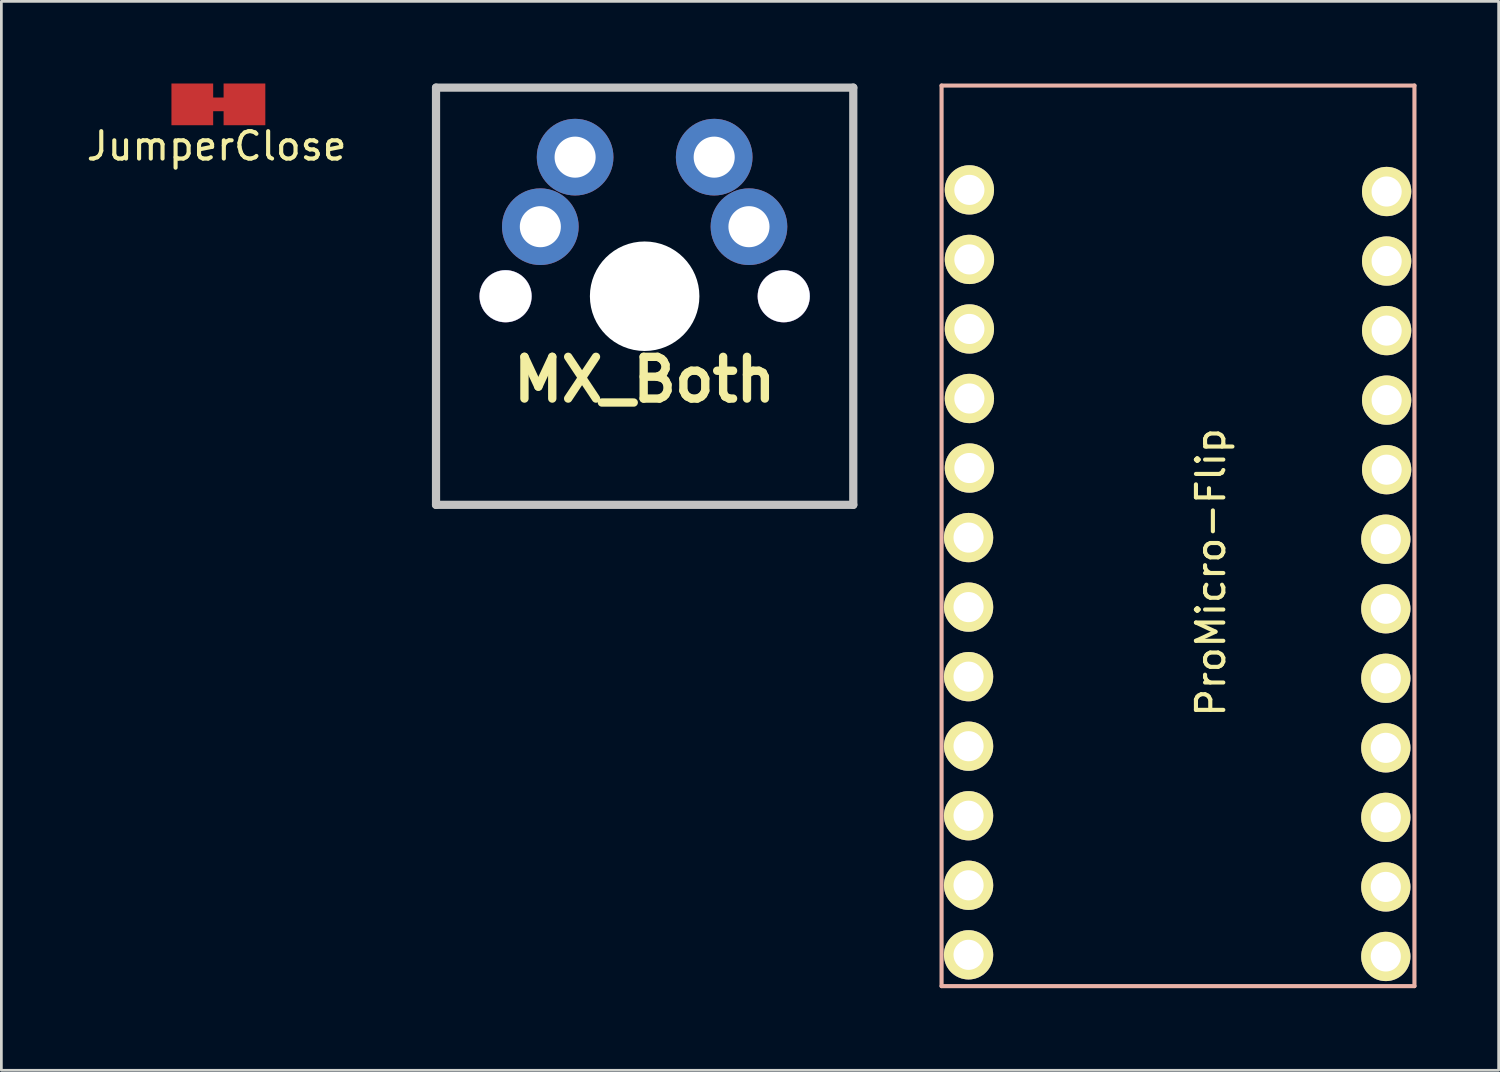
<source format=kicad_pcb>
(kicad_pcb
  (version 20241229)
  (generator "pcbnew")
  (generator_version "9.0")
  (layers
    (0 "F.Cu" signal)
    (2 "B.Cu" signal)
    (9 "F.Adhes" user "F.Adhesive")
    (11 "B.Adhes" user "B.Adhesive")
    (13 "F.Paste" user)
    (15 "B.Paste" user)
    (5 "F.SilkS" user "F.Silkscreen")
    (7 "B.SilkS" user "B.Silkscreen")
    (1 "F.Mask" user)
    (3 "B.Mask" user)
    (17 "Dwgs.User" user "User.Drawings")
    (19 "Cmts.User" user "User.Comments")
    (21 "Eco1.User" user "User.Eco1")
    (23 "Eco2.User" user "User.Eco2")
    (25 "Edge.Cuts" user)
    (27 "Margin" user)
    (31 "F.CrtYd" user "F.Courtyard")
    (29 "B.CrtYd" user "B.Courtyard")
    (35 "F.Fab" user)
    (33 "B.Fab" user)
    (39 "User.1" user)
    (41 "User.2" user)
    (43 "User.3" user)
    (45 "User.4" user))
  (footprint "ProMicro-Flip"
    (layer "F.Cu")
    (at 39.977 17.855)
    (property "Reference" "ProMicro-Flip" (at 1.2 0 270) (layer "F.SilkS") (effects (font (size 1 1) (thickness 0.15))))
    (attr through_hole)
    (fp_line (start -8.636 -17.78) (end -8.636 15.113) (stroke (width 0.15) (type solid)) (layer "B.SilkS"))
    (fp_line (start -8.636 -17.78) (end 8.636 -17.78) (stroke (width 0.15) (type solid)) (layer "B.SilkS"))
    (fp_line (start -8.636 15.113) (end 8.636 15.113) (stroke (width 0.15) (type solid)) (layer "B.SilkS"))
    (fp_line (start 8.636 -17.78) (end 8.636 15.113) (stroke (width 0.15) (type solid)) (layer "B.SilkS"))
    (pad "1" thru_hole circle (at -7.62 -13.97 270) (size 1.8 1.8) (drill 1.1) (layers "*.Cu" "*.Mask" "F.SilkS"))
    (pad "2" thru_hole circle (at -7.62 -11.43 270) (size 1.8 1.8) (drill 1.1) (layers "*.Cu" "*.Mask" "F.SilkS"))
    (pad "3" thru_hole circle (at -7.62 -8.89 270) (size 1.8 1.8) (drill 1.1) (layers "*.Cu" "*.Mask" "F.SilkS"))
    (pad "4" thru_hole circle (at -7.62 -6.35 270) (size 1.8 1.8) (drill 1.1) (layers "*.Cu" "*.Mask" "F.SilkS"))
    (pad "5" thru_hole circle (at -7.62 -3.81 270) (size 1.8 1.8) (drill 1.1) (layers "*.Cu" "*.Mask" "F.SilkS"))
    (pad "6" thru_hole circle (at -7.65 -1.27 270) (size 1.8 1.8) (drill 1.1) (layers "*.Cu" "*.Mask" "F.SilkS"))
    (pad "7" thru_hole circle (at -7.65 1.27 270) (size 1.8 1.8) (drill 1.1) (layers "*.Cu" "*.Mask" "F.SilkS"))
    (pad "8" thru_hole circle (at -7.65 3.81 270) (size 1.8 1.8) (drill 1.1) (layers "*.Cu" "*.Mask" "F.SilkS"))
    (pad "9" thru_hole circle (at -7.65 6.35 270) (size 1.8 1.8) (drill 1.1) (layers "*.Cu" "*.Mask" "F.SilkS"))
    (pad "10" thru_hole circle (at -7.65 8.89 270) (size 1.8 1.8) (drill 1.1) (layers "*.Cu" "*.Mask" "F.SilkS"))
    (pad "11" thru_hole circle (at -7.65 11.43 270) (size 1.8 1.8) (drill 1.1) (layers "*.Cu" "*.Mask" "F.SilkS"))
    (pad "12" thru_hole circle (at -7.65 13.97 270) (size 1.8 1.8) (drill 1.1) (layers "*.Cu" "*.Mask" "F.SilkS"))
    (pad "13" thru_hole circle (at 7.59 14.03 270) (size 1.8 1.8) (drill 1.1) (layers "*.Cu" "*.Mask" "F.SilkS"))
    (pad "14" thru_hole circle (at 7.59 11.49 270) (size 1.8 1.8) (drill 1.1) (layers "*.Cu" "*.Mask" "F.SilkS"))
    (pad "15" thru_hole circle (at 7.59 8.95 270) (size 1.8 1.8) (drill 1.1) (layers "*.Cu" "*.Mask" "F.SilkS"))
    (pad "16" thru_hole circle (at 7.59 6.41 270) (size 1.8 1.8) (drill 1.1) (layers "*.Cu" "*.Mask" "F.SilkS"))
    (pad "17" thru_hole circle (at 7.59 3.87 270) (size 1.8 1.8) (drill 1.1) (layers "*.Cu" "*.Mask" "F.SilkS"))
    (pad "18" thru_hole circle (at 7.59 1.33 270) (size 1.8 1.8) (drill 1.1) (layers "*.Cu" "*.Mask" "F.SilkS"))
    (pad "19" thru_hole circle (at 7.59 -1.21 270) (size 1.8 1.8) (drill 1.1) (layers "*.Cu" "*.Mask" "F.SilkS"))
    (pad "20" thru_hole circle (at 7.62 -3.75 270) (size 1.8 1.8) (drill 1.1) (layers "*.Cu" "*.Mask" "F.SilkS"))
    (pad "21" thru_hole circle (at 7.62 -6.29 270) (size 1.8 1.8) (drill 1.1) (layers "*.Cu" "*.Mask" "F.SilkS"))
    (pad "22" thru_hole circle (at 7.62 -8.83 270) (size 1.8 1.8) (drill 1.1) (layers "*.Cu" "*.Mask" "F.SilkS"))
    (pad "23" thru_hole circle (at 7.62 -11.37 270) (size 1.8 1.8) (drill 1.1) (layers "*.Cu" "*.Mask" "F.SilkS"))
    (pad "24" thru_hole circle (at 7.62 -13.91 270) (size 1.8 1.8) (drill 1.1) (layers "*.Cu" "*.Mask" "F.SilkS")))
  (footprint "JumperClose"
    (layer "F.Cu")
    (at 4.863 0.762)
    (property "Reference" "JumperClose" (at 0 1.524 0) (layer "F.SilkS") (effects (font (size 1 1) (thickness 0.15))))
    (attr through_hole)
    (pad "" smd rect (at 0 0) (size 1 0.5) (layers "F.Cu"))
    (pad "1" smd rect (at -0.889 0) (size 1.524 1.524) (layers "F.Cu" "F.Mask" "F.Paste"))
    (pad "2" smd rect (at 1.016 0) (size 1.524 1.524) (layers "F.Cu" "F.Mask" "F.Paste")))
  (footprint "MX_Both"
    (layer "F.Cu")
    (at 20.496 7.77)
    (property "Reference" "MX_Both" (at 0 3.048 0) (layer "F.SilkS") (effects (font (size 1.524 1.524) (thickness 0.305))))
    (attr through_hole)
    (fp_line (start -7.62 -7.62) (end 7.62 -7.62) (stroke (width 0.3) (type solid)) (layer "Dwgs.User"))
    (fp_line (start -7.62 7.62) (end -7.62 -7.62) (stroke (width 0.3) (type solid)) (layer "Dwgs.User"))
    (fp_line (start 7.62 -7.62) (end 7.62 7.62) (stroke (width 0.3) (type solid)) (layer "Dwgs.User"))
    (fp_line (start 7.62 7.62) (end -7.62 7.62) (stroke (width 0.3) (type solid)) (layer "Dwgs.User"))
    (pad "" np_thru_hole circle (at -5.08 0) (size 1.91 1.91) (drill 1.9) (layers "*.Cu" "*.Mask"))
    (pad "" np_thru_hole circle (at 0 0) (size 4 4) (drill 4) (layers "*.Cu" "*.Mask"))
    (pad "" np_thru_hole circle (at 5.08 0) (size 1.91 1.91) (drill 1.9) (layers "*.Cu" "*.Mask"))
    (pad "1" thru_hole circle (at -3.81 -2.54) (size 2.8 2.8) (drill 1.5) (layers "*.Cu" "*.Mask"))
    (pad "1" thru_hole circle (at -2.54 -5.08) (size 2.8 2.8) (drill 1.5) (layers "*.Cu" "*.Mask"))
    (pad "2" thru_hole circle (at 2.54 -5.08) (size 2.8 2.8) (drill 1.5) (layers "*.Cu" "*.Mask"))
    (pad "2" thru_hole circle (at 3.81 -2.54) (size 2.8 2.8) (drill 1.5) (layers "*.Cu" "*.Mask")))
  (gr_rect
    (start -3 -3)
    (end 51.688 36.043)
    (stroke (width 0.1) (type default))
    (fill no)
    (layer "Edge.Cuts")))
</source>
